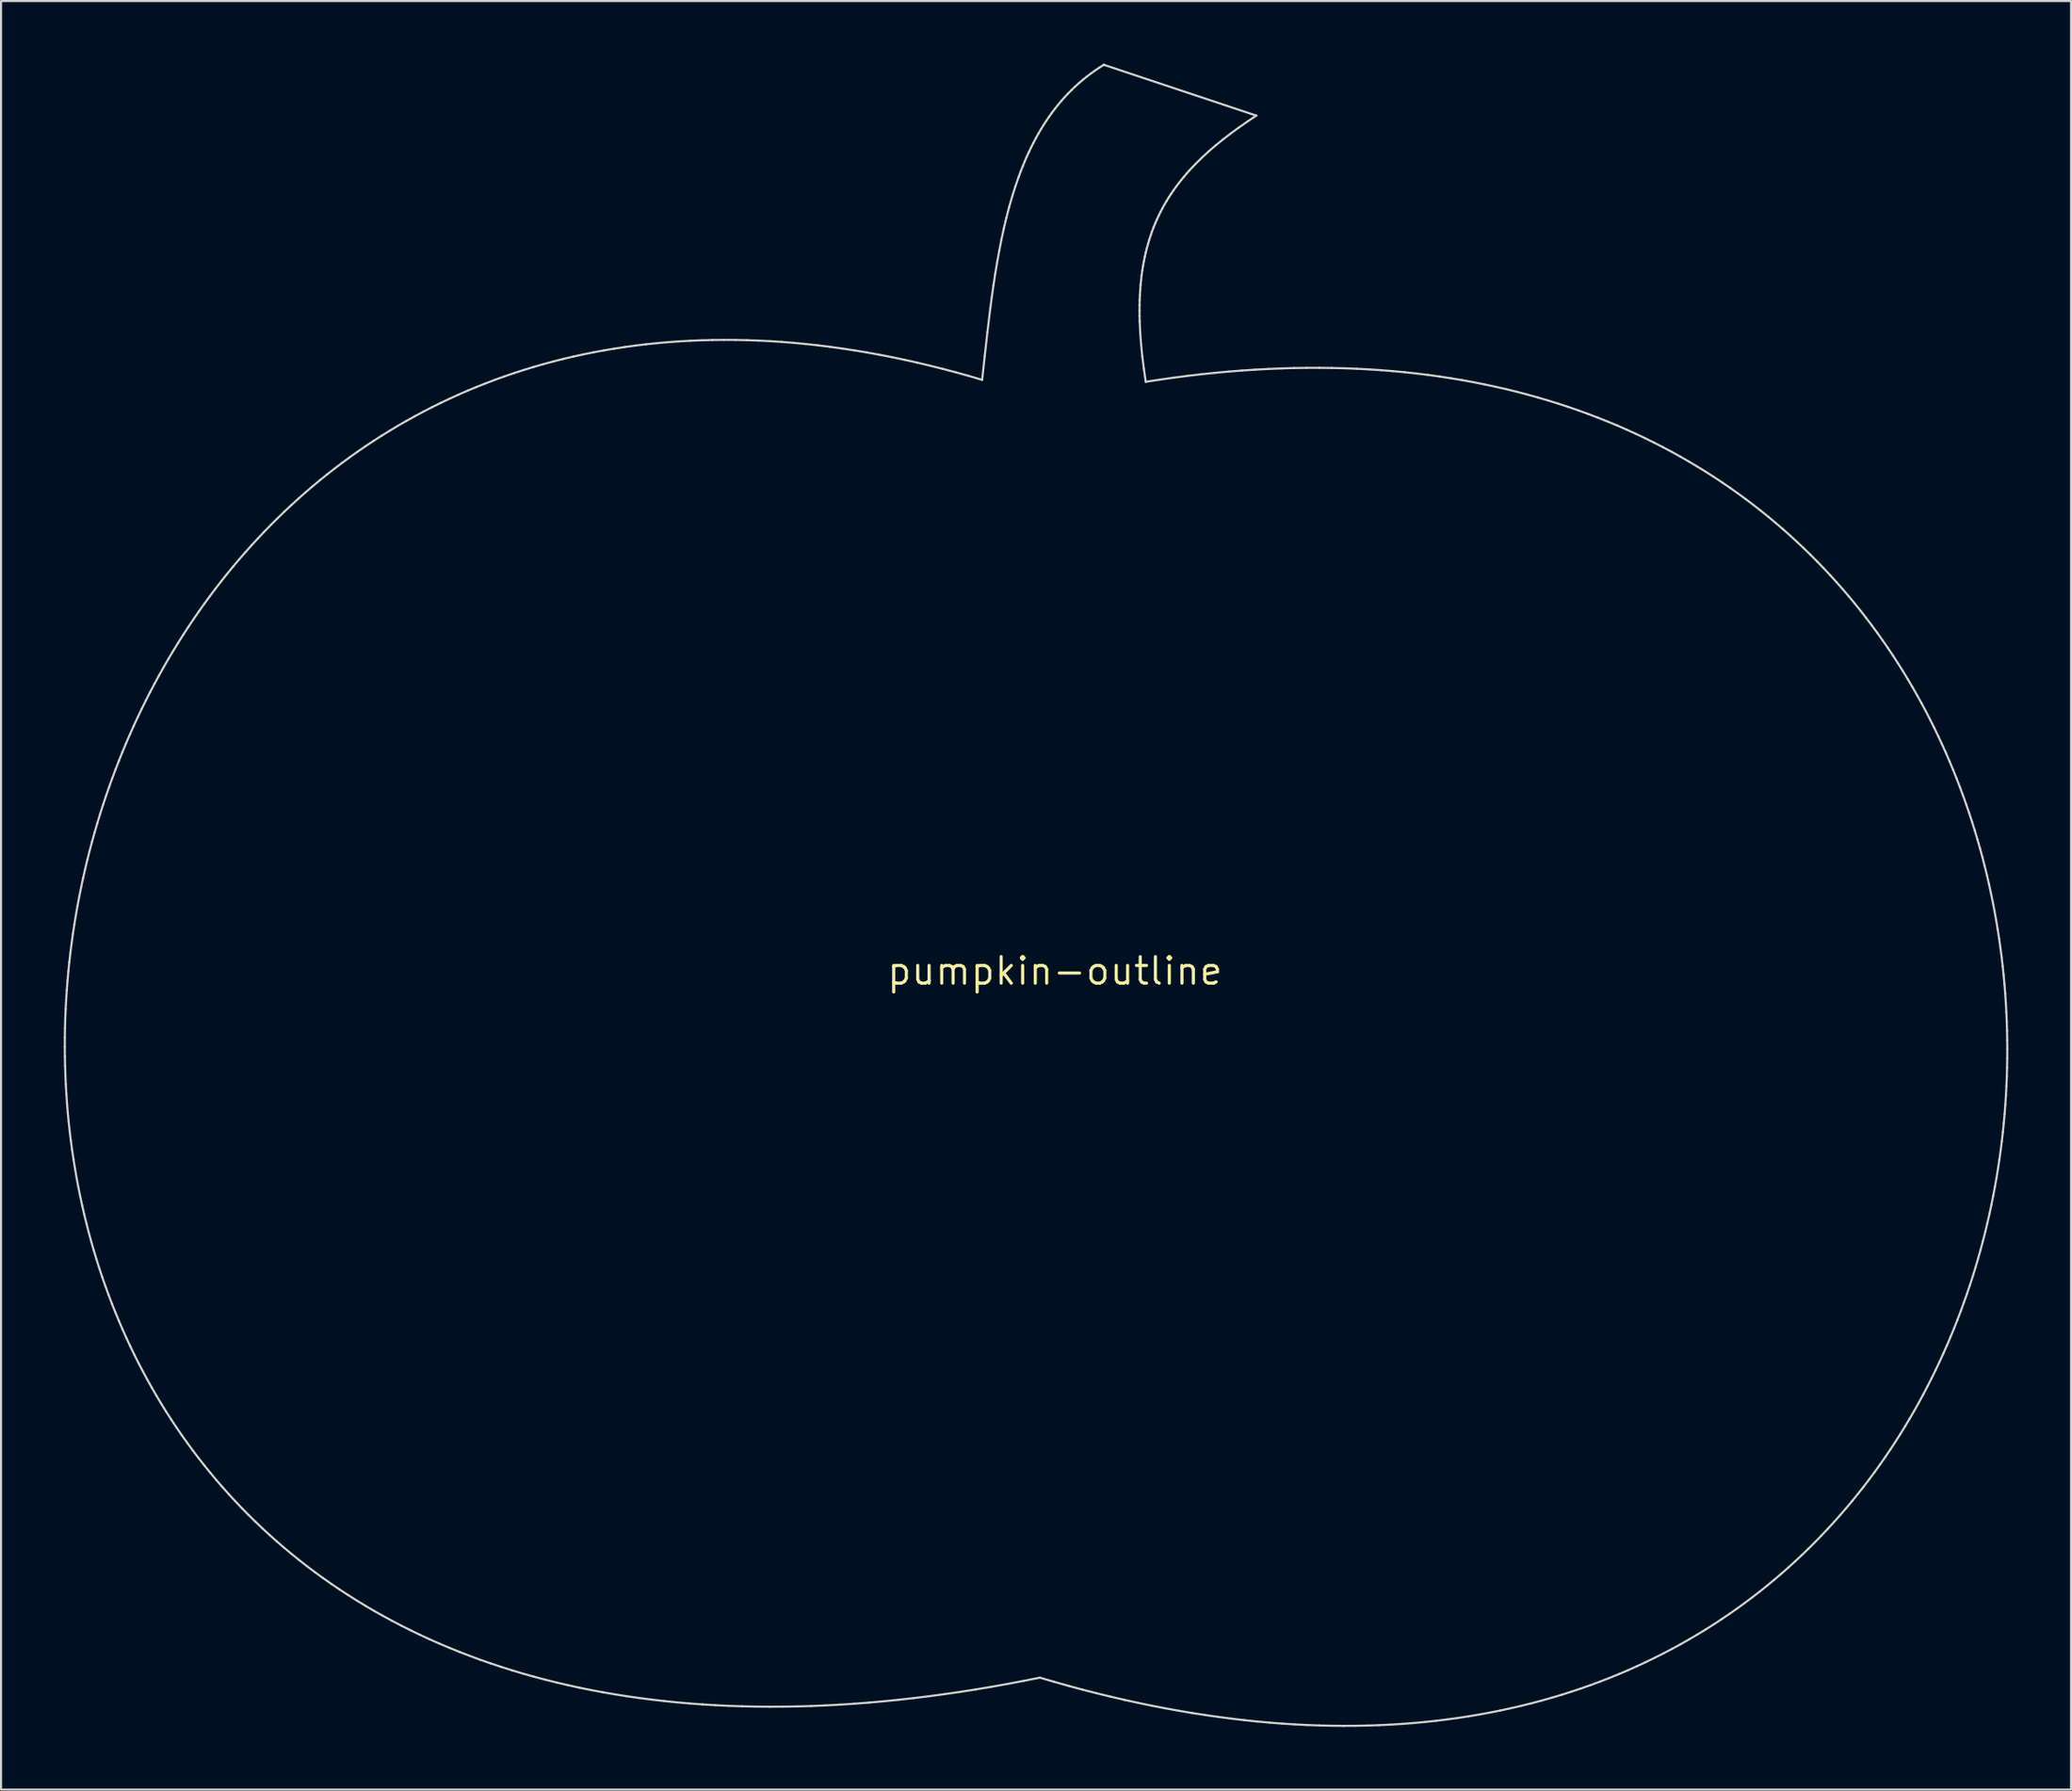
<source format=kicad_pcb>
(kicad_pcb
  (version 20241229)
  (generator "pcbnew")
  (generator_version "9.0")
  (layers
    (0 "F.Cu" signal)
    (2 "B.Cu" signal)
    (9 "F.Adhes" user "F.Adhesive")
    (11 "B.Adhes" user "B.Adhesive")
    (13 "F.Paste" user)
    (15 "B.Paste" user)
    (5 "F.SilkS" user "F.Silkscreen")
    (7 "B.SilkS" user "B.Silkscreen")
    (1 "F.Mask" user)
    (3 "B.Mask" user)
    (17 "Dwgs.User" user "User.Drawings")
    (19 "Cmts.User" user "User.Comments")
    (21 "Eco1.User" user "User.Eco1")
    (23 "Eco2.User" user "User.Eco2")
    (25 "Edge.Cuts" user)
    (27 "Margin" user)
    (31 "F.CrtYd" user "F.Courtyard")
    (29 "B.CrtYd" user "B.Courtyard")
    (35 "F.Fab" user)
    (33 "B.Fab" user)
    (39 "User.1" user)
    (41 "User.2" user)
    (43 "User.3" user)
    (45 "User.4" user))
  (footprint "pumpkin-outline"
    (layer "F.Cu")
    (at 47.409 43.412)
    (property "Reference" "pumpkin-outline" (at 0 0 0) (layer "F.SilkS") (effects (font (size 1.27 1.27) (thickness 0.15))))
    (attr through_hole)
    (fp_line (start -47.359 3.63) (end -47.355 4.081) (stroke (width 0.1) (type solid)) (layer "Edge.Cuts"))
    (fp_line (start -47.357 3.179) (end -47.359 3.63) (stroke (width 0.1) (type solid)) (layer "Edge.Cuts"))
    (fp_line (start -47.355 4.081) (end -47.346 4.532) (stroke (width 0.1) (type solid)) (layer "Edge.Cuts"))
    (fp_line (start -47.35 2.728) (end -47.357 3.179) (stroke (width 0.1) (type solid)) (layer "Edge.Cuts"))
    (fp_line (start -47.346 4.532) (end -47.331 4.982) (stroke (width 0.1) (type solid)) (layer "Edge.Cuts"))
    (fp_line (start -47.337 2.276) (end -47.35 2.728) (stroke (width 0.1) (type solid)) (layer "Edge.Cuts"))
    (fp_line (start -47.331 4.982) (end -47.311 5.432) (stroke (width 0.1) (type solid)) (layer "Edge.Cuts"))
    (fp_line (start -47.318 1.825) (end -47.337 2.276) (stroke (width 0.1) (type solid)) (layer "Edge.Cuts"))
    (fp_line (start -47.311 5.432) (end -47.285 5.881) (stroke (width 0.1) (type solid)) (layer "Edge.Cuts"))
    (fp_line (start -47.294 1.374) (end -47.318 1.825) (stroke (width 0.1) (type solid)) (layer "Edge.Cuts"))
    (fp_line (start -47.285 5.881) (end -47.253 6.33) (stroke (width 0.1) (type solid)) (layer "Edge.Cuts"))
    (fp_line (start -47.264 0.923) (end -47.294 1.374) (stroke (width 0.1) (type solid)) (layer "Edge.Cuts"))
    (fp_line (start -47.253 6.33) (end -47.216 6.778) (stroke (width 0.1) (type solid)) (layer "Edge.Cuts"))
    (fp_line (start -47.229 0.472) (end -47.264 0.923) (stroke (width 0.1) (type solid)) (layer "Edge.Cuts"))
    (fp_line (start -47.216 6.778) (end -47.173 7.226) (stroke (width 0.1) (type solid)) (layer "Edge.Cuts"))
    (fp_line (start -47.189 0.022) (end -47.229 0.472) (stroke (width 0.1) (type solid)) (layer "Edge.Cuts"))
    (fp_line (start -47.173 7.226) (end -47.124 7.672) (stroke (width 0.1) (type solid)) (layer "Edge.Cuts"))
    (fp_line (start -47.143 -0.428) (end -47.189 0.022) (stroke (width 0.1) (type solid)) (layer "Edge.Cuts"))
    (fp_line (start -47.124 7.672) (end -47.07 8.118) (stroke (width 0.1) (type solid)) (layer "Edge.Cuts"))
    (fp_line (start -47.091 -0.877) (end -47.143 -0.428) (stroke (width 0.1) (type solid)) (layer "Edge.Cuts"))
    (fp_line (start -47.07 8.118) (end -47.01 8.563) (stroke (width 0.1) (type solid)) (layer "Edge.Cuts"))
    (fp_line (start -47.034 -1.326) (end -47.091 -0.877) (stroke (width 0.1) (type solid)) (layer "Edge.Cuts"))
    (fp_line (start -47.01 8.563) (end -46.944 9.007) (stroke (width 0.1) (type solid)) (layer "Edge.Cuts"))
    (fp_line (start -46.972 -1.774) (end -47.034 -1.326) (stroke (width 0.1) (type solid)) (layer "Edge.Cuts"))
    (fp_line (start -46.944 9.007) (end -46.873 9.45) (stroke (width 0.1) (type solid)) (layer "Edge.Cuts"))
    (fp_line (start -46.904 -2.222) (end -46.972 -1.774) (stroke (width 0.1) (type solid)) (layer "Edge.Cuts"))
    (fp_line (start -46.873 9.45) (end -46.796 9.891) (stroke (width 0.1) (type solid)) (layer "Edge.Cuts"))
    (fp_line (start -46.831 -2.669) (end -46.904 -2.222) (stroke (width 0.1) (type solid)) (layer "Edge.Cuts"))
    (fp_line (start -46.796 9.891) (end -46.713 10.331) (stroke (width 0.1) (type solid)) (layer "Edge.Cuts"))
    (fp_line (start -46.752 -3.114) (end -46.831 -2.669) (stroke (width 0.1) (type solid)) (layer "Edge.Cuts"))
    (fp_line (start -46.713 10.331) (end -46.625 10.77) (stroke (width 0.1) (type solid)) (layer "Edge.Cuts"))
    (fp_line (start -46.668 -3.559) (end -46.752 -3.114) (stroke (width 0.1) (type solid)) (layer "Edge.Cuts"))
    (fp_line (start -46.625 10.77) (end -46.53 11.208) (stroke (width 0.1) (type solid)) (layer "Edge.Cuts"))
    (fp_line (start -46.579 -4.003) (end -46.668 -3.559) (stroke (width 0.1) (type solid)) (layer "Edge.Cuts"))
    (fp_line (start -46.53 11.208) (end -46.43 11.644) (stroke (width 0.1) (type solid)) (layer "Edge.Cuts"))
    (fp_line (start -46.484 -4.446) (end -46.579 -4.003) (stroke (width 0.1) (type solid)) (layer "Edge.Cuts"))
    (fp_line (start -46.43 11.644) (end -46.324 12.078) (stroke (width 0.1) (type solid)) (layer "Edge.Cuts"))
    (fp_line (start -46.384 -4.887) (end -46.484 -4.446) (stroke (width 0.1) (type solid)) (layer "Edge.Cuts"))
    (fp_line (start -46.324 12.078) (end -46.213 12.511) (stroke (width 0.1) (type solid)) (layer "Edge.Cuts"))
    (fp_line (start -46.279 -5.327) (end -46.384 -4.887) (stroke (width 0.1) (type solid)) (layer "Edge.Cuts"))
    (fp_line (start -46.213 12.511) (end -46.095 12.942) (stroke (width 0.1) (type solid)) (layer "Edge.Cuts"))
    (fp_line (start -46.168 -5.766) (end -46.279 -5.327) (stroke (width 0.1) (type solid)) (layer "Edge.Cuts"))
    (fp_line (start -46.095 12.942) (end -45.972 13.371) (stroke (width 0.1) (type solid)) (layer "Edge.Cuts"))
    (fp_line (start -46.052 -6.204) (end -46.168 -5.766) (stroke (width 0.1) (type solid)) (layer "Edge.Cuts"))
    (fp_line (start -45.972 13.371) (end -45.843 13.799) (stroke (width 0.1) (type solid)) (layer "Edge.Cuts"))
    (fp_line (start -45.93 -6.64) (end -46.052 -6.204) (stroke (width 0.1) (type solid)) (layer "Edge.Cuts"))
    (fp_line (start -45.843 13.799) (end -45.708 14.224) (stroke (width 0.1) (type solid)) (layer "Edge.Cuts"))
    (fp_line (start -45.804 -7.074) (end -45.93 -6.64) (stroke (width 0.1) (type solid)) (layer "Edge.Cuts"))
    (fp_line (start -45.708 14.224) (end -45.567 14.648) (stroke (width 0.1) (type solid)) (layer "Edge.Cuts"))
    (fp_line (start -45.672 -7.507) (end -45.804 -7.074) (stroke (width 0.1) (type solid)) (layer "Edge.Cuts"))
    (fp_line (start -45.567 14.648) (end -45.421 15.069) (stroke (width 0.1) (type solid)) (layer "Edge.Cuts"))
    (fp_line (start -45.534 -7.938) (end -45.672 -7.507) (stroke (width 0.1) (type solid)) (layer "Edge.Cuts"))
    (fp_line (start -45.421 15.069) (end -45.268 15.488) (stroke (width 0.1) (type solid)) (layer "Edge.Cuts"))
    (fp_line (start -45.392 -8.367) (end -45.534 -7.938) (stroke (width 0.1) (type solid)) (layer "Edge.Cuts"))
    (fp_line (start -45.268 15.488) (end -45.11 15.905) (stroke (width 0.1) (type solid)) (layer "Edge.Cuts"))
    (fp_line (start -45.244 -8.795) (end -45.392 -8.367) (stroke (width 0.1) (type solid)) (layer "Edge.Cuts"))
    (fp_line (start -45.11 15.905) (end -44.945 16.32) (stroke (width 0.1) (type solid)) (layer "Edge.Cuts"))
    (fp_line (start -45.091 -9.22) (end -45.244 -8.795) (stroke (width 0.1) (type solid)) (layer "Edge.Cuts"))
    (fp_line (start -44.945 16.32) (end -44.775 16.732) (stroke (width 0.1) (type solid)) (layer "Edge.Cuts"))
    (fp_line (start -44.933 -9.644) (end -45.091 -9.22) (stroke (width 0.1) (type solid)) (layer "Edge.Cuts"))
    (fp_line (start -44.775 16.732) (end -44.599 17.141) (stroke (width 0.1) (type solid)) (layer "Edge.Cuts"))
    (fp_line (start -44.769 -10.065) (end -44.933 -9.644) (stroke (width 0.1) (type solid)) (layer "Edge.Cuts"))
    (fp_line (start -44.601 -10.484) (end -44.769 -10.065) (stroke (width 0.1) (type solid)) (layer "Edge.Cuts"))
    (fp_line (start -44.599 17.141) (end -44.417 17.548) (stroke (width 0.1) (type solid)) (layer "Edge.Cuts"))
    (fp_line (start -44.427 -10.901) (end -44.601 -10.484) (stroke (width 0.1) (type solid)) (layer "Edge.Cuts"))
    (fp_line (start -44.417 17.548) (end -44.229 17.953) (stroke (width 0.1) (type solid)) (layer "Edge.Cuts"))
    (fp_line (start -44.248 -11.316) (end -44.427 -10.901) (stroke (width 0.1) (type solid)) (layer "Edge.Cuts"))
    (fp_line (start -44.229 17.953) (end -44.035 18.355) (stroke (width 0.1) (type solid)) (layer "Edge.Cuts"))
    (fp_line (start -44.064 -11.728) (end -44.248 -11.316) (stroke (width 0.1) (type solid)) (layer "Edge.Cuts"))
    (fp_line (start -44.035 18.355) (end -43.835 18.754) (stroke (width 0.1) (type solid)) (layer "Edge.Cuts"))
    (fp_line (start -43.874 -12.138) (end -44.064 -11.728) (stroke (width 0.1) (type solid)) (layer "Edge.Cuts"))
    (fp_line (start -43.835 18.754) (end -43.629 19.15) (stroke (width 0.1) (type solid)) (layer "Edge.Cuts"))
    (fp_line (start -43.68 -12.545) (end -43.874 -12.138) (stroke (width 0.1) (type solid)) (layer "Edge.Cuts"))
    (fp_line (start -43.629 19.15) (end -43.417 19.543) (stroke (width 0.1) (type solid)) (layer "Edge.Cuts"))
    (fp_line (start -43.48 -12.949) (end -43.68 -12.545) (stroke (width 0.1) (type solid)) (layer "Edge.Cuts"))
    (fp_line (start -43.417 19.543) (end -43.199 19.933) (stroke (width 0.1) (type solid)) (layer "Edge.Cuts"))
    (fp_line (start -43.275 -13.351) (end -43.48 -12.949) (stroke (width 0.1) (type solid)) (layer "Edge.Cuts"))
    (fp_line (start -43.199 19.933) (end -42.976 20.32) (stroke (width 0.1) (type solid)) (layer "Edge.Cuts"))
    (fp_line (start -43.066 -13.75) (end -43.275 -13.351) (stroke (width 0.1) (type solid)) (layer "Edge.Cuts"))
    (fp_line (start -42.976 20.32) (end -42.746 20.704) (stroke (width 0.1) (type solid)) (layer "Edge.Cuts"))
    (fp_line (start -42.851 -14.146) (end -43.066 -13.75) (stroke (width 0.1) (type solid)) (layer "Edge.Cuts"))
    (fp_line (start -42.746 20.704) (end -42.51 21.085) (stroke (width 0.1) (type solid)) (layer "Edge.Cuts"))
    (fp_line (start -42.631 -14.539) (end -42.851 -14.146) (stroke (width 0.1) (type solid)) (layer "Edge.Cuts"))
    (fp_line (start -42.51 21.085) (end -42.268 21.462) (stroke (width 0.1) (type solid)) (layer "Edge.Cuts"))
    (fp_line (start -42.406 -14.93) (end -42.631 -14.539) (stroke (width 0.1) (type solid)) (layer "Edge.Cuts"))
    (fp_line (start -42.268 21.462) (end -42.02 21.836) (stroke (width 0.1) (type solid)) (layer "Edge.Cuts"))
    (fp_line (start -42.175 -15.317) (end -42.406 -14.93) (stroke (width 0.1) (type solid)) (layer "Edge.Cuts"))
    (fp_line (start -42.02 21.836) (end -41.766 22.206) (stroke (width 0.1) (type solid)) (layer "Edge.Cuts"))
    (fp_line (start -41.94 -15.701) (end -42.175 -15.317) (stroke (width 0.1) (type solid)) (layer "Edge.Cuts"))
    (fp_line (start -41.766 22.206) (end -41.505 22.573) (stroke (width 0.1) (type solid)) (layer "Edge.Cuts"))
    (fp_line (start -41.7 -16.081) (end -41.94 -15.701) (stroke (width 0.1) (type solid)) (layer "Edge.Cuts"))
    (fp_line (start -41.505 22.573) (end -41.239 22.937) (stroke (width 0.1) (type solid)) (layer "Edge.Cuts"))
    (fp_line (start -41.455 -16.459) (end -41.7 -16.081) (stroke (width 0.1) (type solid)) (layer "Edge.Cuts"))
    (fp_line (start -41.239 22.937) (end -40.967 23.296) (stroke (width 0.1) (type solid)) (layer "Edge.Cuts"))
    (fp_line (start -41.204 -16.833) (end -41.455 -16.459) (stroke (width 0.1) (type solid)) (layer "Edge.Cuts"))
    (fp_line (start -40.967 23.296) (end -40.688 23.652) (stroke (width 0.1) (type solid)) (layer "Edge.Cuts"))
    (fp_line (start -40.949 -17.203) (end -41.204 -16.833) (stroke (width 0.1) (type solid)) (layer "Edge.Cuts"))
    (fp_line (start -40.689 -17.57) (end -40.949 -17.203) (stroke (width 0.1) (type solid)) (layer "Edge.Cuts"))
    (fp_line (start -40.688 23.652) (end -40.403 24.004) (stroke (width 0.1) (type solid)) (layer "Edge.Cuts"))
    (fp_line (start -40.423 -17.933) (end -40.689 -17.57) (stroke (width 0.1) (type solid)) (layer "Edge.Cuts"))
    (fp_line (start -40.403 24.004) (end -40.113 24.352) (stroke (width 0.1) (type solid)) (layer "Edge.Cuts"))
    (fp_line (start -40.153 -18.293) (end -40.423 -17.933) (stroke (width 0.1) (type solid)) (layer "Edge.Cuts"))
    (fp_line (start -40.113 24.352) (end -39.816 24.696) (stroke (width 0.1) (type solid)) (layer "Edge.Cuts"))
    (fp_line (start -39.878 -18.649) (end -40.153 -18.293) (stroke (width 0.1) (type solid)) (layer "Edge.Cuts"))
    (fp_line (start -39.816 24.696) (end -39.512 25.036) (stroke (width 0.1) (type solid)) (layer "Edge.Cuts"))
    (fp_line (start -39.598 -19) (end -39.878 -18.649) (stroke (width 0.1) (type solid)) (layer "Edge.Cuts"))
    (fp_line (start -39.512 25.036) (end -39.203 25.371) (stroke (width 0.1) (type solid)) (layer "Edge.Cuts"))
    (fp_line (start -39.313 -19.348) (end -39.598 -19) (stroke (width 0.1) (type solid)) (layer "Edge.Cuts"))
    (fp_line (start -39.203 25.371) (end -38.888 25.703) (stroke (width 0.1) (type solid)) (layer "Edge.Cuts"))
    (fp_line (start -39.023 -19.692) (end -39.313 -19.348) (stroke (width 0.1) (type solid)) (layer "Edge.Cuts"))
    (fp_line (start -38.888 25.703) (end -38.566 26.03) (stroke (width 0.1) (type solid)) (layer "Edge.Cuts"))
    (fp_line (start -38.728 -20.032) (end -39.023 -19.692) (stroke (width 0.1) (type solid)) (layer "Edge.Cuts"))
    (fp_line (start -38.566 26.03) (end -38.238 26.353) (stroke (width 0.1) (type solid)) (layer "Edge.Cuts"))
    (fp_line (start -38.428 -20.368) (end -38.728 -20.032) (stroke (width 0.1) (type solid)) (layer "Edge.Cuts"))
    (fp_line (start -38.238 26.353) (end -37.904 26.671) (stroke (width 0.1) (type solid)) (layer "Edge.Cuts"))
    (fp_line (start -38.123 -20.7) (end -38.428 -20.368) (stroke (width 0.1) (type solid)) (layer "Edge.Cuts"))
    (fp_line (start -37.904 26.671) (end -37.563 26.985) (stroke (width 0.1) (type solid)) (layer "Edge.Cuts"))
    (fp_line (start -37.814 -21.027) (end -38.123 -20.7) (stroke (width 0.1) (type solid)) (layer "Edge.Cuts"))
    (fp_line (start -37.563 26.985) (end -37.217 27.294) (stroke (width 0.1) (type solid)) (layer "Edge.Cuts"))
    (fp_line (start -37.499 -21.35) (end -37.814 -21.027) (stroke (width 0.1) (type solid)) (layer "Edge.Cuts"))
    (fp_line (start -37.217 27.294) (end -36.864 27.598) (stroke (width 0.1) (type solid)) (layer "Edge.Cuts"))
    (fp_line (start -37.18 -21.668) (end -37.499 -21.35) (stroke (width 0.1) (type solid)) (layer "Edge.Cuts"))
    (fp_line (start -36.864 27.598) (end -36.505 27.898) (stroke (width 0.1) (type solid)) (layer "Edge.Cuts"))
    (fp_line (start -36.856 -21.982) (end -37.18 -21.668) (stroke (width 0.1) (type solid)) (layer "Edge.Cuts"))
    (fp_line (start -36.527 -22.291) (end -36.856 -21.982) (stroke (width 0.1) (type solid)) (layer "Edge.Cuts"))
    (fp_line (start -36.505 27.898) (end -36.139 28.193) (stroke (width 0.1) (type solid)) (layer "Edge.Cuts"))
    (fp_line (start -36.193 -22.595) (end -36.527 -22.291) (stroke (width 0.1) (type solid)) (layer "Edge.Cuts"))
    (fp_line (start -36.139 28.193) (end -35.768 28.483) (stroke (width 0.1) (type solid)) (layer "Edge.Cuts"))
    (fp_line (start -35.855 -22.895) (end -36.193 -22.595) (stroke (width 0.1) (type solid)) (layer "Edge.Cuts"))
    (fp_line (start -35.768 28.483) (end -35.39 28.768) (stroke (width 0.1) (type solid)) (layer "Edge.Cuts"))
    (fp_line (start -35.512 -23.19) (end -35.855 -22.895) (stroke (width 0.1) (type solid)) (layer "Edge.Cuts"))
    (fp_line (start -35.39 28.768) (end -35.005 29.047) (stroke (width 0.1) (type solid)) (layer "Edge.Cuts"))
    (fp_line (start -35.163 -23.48) (end -35.512 -23.19) (stroke (width 0.1) (type solid)) (layer "Edge.Cuts"))
    (fp_line (start -35.005 29.047) (end -34.614 29.322) (stroke (width 0.1) (type solid)) (layer "Edge.Cuts"))
    (fp_line (start -34.811 -23.764) (end -35.163 -23.48) (stroke (width 0.1) (type solid)) (layer "Edge.Cuts"))
    (fp_line (start -34.614 29.322) (end -34.217 29.591) (stroke (width 0.1) (type solid)) (layer "Edge.Cuts"))
    (fp_line (start -34.453 -24.044) (end -34.811 -23.764) (stroke (width 0.1) (type solid)) (layer "Edge.Cuts"))
    (fp_line (start -34.217 29.591) (end -33.814 29.855) (stroke (width 0.1) (type solid)) (layer "Edge.Cuts"))
    (fp_line (start -34.09 -24.319) (end -34.453 -24.044) (stroke (width 0.1) (type solid)) (layer "Edge.Cuts"))
    (fp_line (start -33.814 29.855) (end -33.404 30.114) (stroke (width 0.1) (type solid)) (layer "Edge.Cuts"))
    (fp_line (start -33.723 -24.588) (end -34.09 -24.319) (stroke (width 0.1) (type solid)) (layer "Edge.Cuts"))
    (fp_line (start -33.404 30.114) (end -32.988 30.367) (stroke (width 0.1) (type solid)) (layer "Edge.Cuts"))
    (fp_line (start -33.352 -24.852) (end -33.723 -24.588) (stroke (width 0.1) (type solid)) (layer "Edge.Cuts"))
    (fp_line (start -32.988 30.367) (end -32.566 30.615) (stroke (width 0.1) (type solid)) (layer "Edge.Cuts"))
    (fp_line (start -32.975 -25.111) (end -33.352 -24.852) (stroke (width 0.1) (type solid)) (layer "Edge.Cuts"))
    (fp_line (start -32.594 -25.364) (end -32.975 -25.111) (stroke (width 0.1) (type solid)) (layer "Edge.Cuts"))
    (fp_line (start -32.566 30.615) (end -32.137 30.857) (stroke (width 0.1) (type solid)) (layer "Edge.Cuts"))
    (fp_line (start -32.208 -25.612) (end -32.594 -25.364) (stroke (width 0.1) (type solid)) (layer "Edge.Cuts"))
    (fp_line (start -32.137 30.857) (end -31.701 31.093) (stroke (width 0.1) (type solid)) (layer "Edge.Cuts"))
    (fp_line (start -31.817 -25.854) (end -32.208 -25.612) (stroke (width 0.1) (type solid)) (layer "Edge.Cuts"))
    (fp_line (start -31.701 31.093) (end -31.26 31.324) (stroke (width 0.1) (type solid)) (layer "Edge.Cuts"))
    (fp_line (start -31.422 -26.091) (end -31.817 -25.854) (stroke (width 0.1) (type solid)) (layer "Edge.Cuts"))
    (fp_line (start -31.26 31.324) (end -30.811 31.549) (stroke (width 0.1) (type solid)) (layer "Edge.Cuts"))
    (fp_line (start -31.022 -26.321) (end -31.422 -26.091) (stroke (width 0.1) (type solid)) (layer "Edge.Cuts"))
    (fp_line (start -30.811 31.549) (end -30.357 31.768) (stroke (width 0.1) (type solid)) (layer "Edge.Cuts"))
    (fp_line (start -30.617 -26.546) (end -31.022 -26.321) (stroke (width 0.1) (type solid)) (layer "Edge.Cuts"))
    (fp_line (start -30.357 31.768) (end -29.896 31.981) (stroke (width 0.1) (type solid)) (layer "Edge.Cuts"))
    (fp_line (start -30.208 -26.765) (end -30.617 -26.546) (stroke (width 0.1) (type solid)) (layer "Edge.Cuts"))
    (fp_line (start -29.896 31.981) (end -29.428 32.187) (stroke (width 0.1) (type solid)) (layer "Edge.Cuts"))
    (fp_line (start -29.794 -26.978) (end -30.208 -26.765) (stroke (width 0.1) (type solid)) (layer "Edge.Cuts"))
    (fp_line (start -29.428 32.187) (end -28.954 32.388) (stroke (width 0.1) (type solid)) (layer "Edge.Cuts"))
    (fp_line (start -29.376 -27.185) (end -29.794 -26.978) (stroke (width 0.1) (type solid)) (layer "Edge.Cuts"))
    (fp_line (start -28.954 32.388) (end -28.473 32.582) (stroke (width 0.1) (type solid)) (layer "Edge.Cuts"))
    (fp_line (start -28.953 -27.385) (end -29.376 -27.185) (stroke (width 0.1) (type solid)) (layer "Edge.Cuts"))
    (fp_line (start -28.526 -27.58) (end -28.953 -27.385) (stroke (width 0.1) (type solid)) (layer "Edge.Cuts"))
    (fp_line (start -28.473 32.582) (end -27.986 32.77) (stroke (width 0.1) (type solid)) (layer "Edge.Cuts"))
    (fp_line (start -28.093 -27.768) (end -28.526 -27.58) (stroke (width 0.1) (type solid)) (layer "Edge.Cuts"))
    (fp_line (start -27.986 32.77) (end -27.493 32.952) (stroke (width 0.1) (type solid)) (layer "Edge.Cuts"))
    (fp_line (start -27.657 -27.95) (end -28.093 -27.768) (stroke (width 0.1) (type solid)) (layer "Edge.Cuts"))
    (fp_line (start -27.493 32.952) (end -26.993 33.127) (stroke (width 0.1) (type solid)) (layer "Edge.Cuts"))
    (fp_line (start -27.215 -28.125) (end -27.657 -27.95) (stroke (width 0.1) (type solid)) (layer "Edge.Cuts"))
    (fp_line (start -26.993 33.127) (end -26.486 33.296) (stroke (width 0.1) (type solid)) (layer "Edge.Cuts"))
    (fp_line (start -26.77 -28.294) (end -27.215 -28.125) (stroke (width 0.1) (type solid)) (layer "Edge.Cuts"))
    (fp_line (start -26.486 33.296) (end -25.973 33.458) (stroke (width 0.1) (type solid)) (layer "Edge.Cuts"))
    (fp_line (start -26.319 -28.456) (end -26.77 -28.294) (stroke (width 0.1) (type solid)) (layer "Edge.Cuts"))
    (fp_line (start -25.973 33.458) (end -25.453 33.614) (stroke (width 0.1) (type solid)) (layer "Edge.Cuts"))
    (fp_line (start -25.865 -28.611) (end -26.319 -28.456) (stroke (width 0.1) (type solid)) (layer "Edge.Cuts"))
    (fp_line (start -25.453 33.614) (end -24.927 33.762) (stroke (width 0.1) (type solid)) (layer "Edge.Cuts"))
    (fp_line (start -25.405 -28.76) (end -25.865 -28.611) (stroke (width 0.1) (type solid)) (layer "Edge.Cuts"))
    (fp_line (start -24.941 -28.902) (end -25.405 -28.76) (stroke (width 0.1) (type solid)) (layer "Edge.Cuts"))
    (fp_line (start -24.927 33.762) (end -24.394 33.904) (stroke (width 0.1) (type solid)) (layer "Edge.Cuts"))
    (fp_line (start -24.473 -29.037) (end -24.941 -28.902) (stroke (width 0.1) (type solid)) (layer "Edge.Cuts"))
    (fp_line (start -24.394 33.904) (end -23.854 34.039) (stroke (width 0.1) (type solid)) (layer "Edge.Cuts"))
    (fp_line (start -24.001 -29.165) (end -24.473 -29.037) (stroke (width 0.1) (type solid)) (layer "Edge.Cuts"))
    (fp_line (start -23.854 34.039) (end -23.308 34.167) (stroke (width 0.1) (type solid)) (layer "Edge.Cuts"))
    (fp_line (start -23.523 -29.286) (end -24.001 -29.165) (stroke (width 0.1) (type solid)) (layer "Edge.Cuts"))
    (fp_line (start -23.308 34.167) (end -22.755 34.288) (stroke (width 0.1) (type solid)) (layer "Edge.Cuts"))
    (fp_line (start -23.042 -29.399) (end -23.523 -29.286) (stroke (width 0.1) (type solid)) (layer "Edge.Cuts"))
    (fp_line (start -22.755 34.288) (end -22.196 34.402) (stroke (width 0.1) (type solid)) (layer "Edge.Cuts"))
    (fp_line (start -22.556 -29.506) (end -23.042 -29.399) (stroke (width 0.1) (type solid)) (layer "Edge.Cuts"))
    (fp_line (start -22.196 34.402) (end -21.63 34.508) (stroke (width 0.1) (type solid)) (layer "Edge.Cuts"))
    (fp_line (start -22.065 -29.605) (end -22.556 -29.506) (stroke (width 0.1) (type solid)) (layer "Edge.Cuts"))
    (fp_line (start -21.63 34.508) (end -21.057 34.607) (stroke (width 0.1) (type solid)) (layer "Edge.Cuts"))
    (fp_line (start -21.57 -29.697) (end -22.065 -29.605) (stroke (width 0.1) (type solid)) (layer "Edge.Cuts"))
    (fp_line (start -21.071 -29.781) (end -21.57 -29.697) (stroke (width 0.1) (type solid)) (layer "Edge.Cuts"))
    (fp_line (start -21.057 34.607) (end -20.478 34.699) (stroke (width 0.1) (type solid)) (layer "Edge.Cuts"))
    (fp_line (start -20.568 -29.858) (end -21.071 -29.781) (stroke (width 0.1) (type solid)) (layer "Edge.Cuts"))
    (fp_line (start -20.478 34.699) (end -19.892 34.783) (stroke (width 0.1) (type solid)) (layer "Edge.Cuts"))
    (fp_line (start -20.06 -29.927) (end -20.568 -29.858) (stroke (width 0.1) (type solid)) (layer "Edge.Cuts"))
    (fp_line (start -19.892 34.783) (end -19.299 34.86) (stroke (width 0.1) (type solid)) (layer "Edge.Cuts"))
    (fp_line (start -19.547 -29.989) (end -20.06 -29.927) (stroke (width 0.1) (type solid)) (layer "Edge.Cuts"))
    (fp_line (start -19.299 34.86) (end -18.699 34.929) (stroke (width 0.1) (type solid)) (layer "Edge.Cuts"))
    (fp_line (start -19.03 -30.043) (end -19.547 -29.989) (stroke (width 0.1) (type solid)) (layer "Edge.Cuts"))
    (fp_line (start -18.699 34.929) (end -18.093 34.991) (stroke (width 0.1) (type solid)) (layer "Edge.Cuts"))
    (fp_line (start -18.509 -30.089) (end -19.03 -30.043) (stroke (width 0.1) (type solid)) (layer "Edge.Cuts"))
    (fp_line (start -18.093 34.991) (end -17.48 35.045) (stroke (width 0.1) (type solid)) (layer "Edge.Cuts"))
    (fp_line (start -17.984 -30.127) (end -18.509 -30.089) (stroke (width 0.1) (type solid)) (layer "Edge.Cuts"))
    (fp_line (start -17.48 35.045) (end -16.861 35.091) (stroke (width 0.1) (type solid)) (layer "Edge.Cuts"))
    (fp_line (start -17.454 -30.157) (end -17.984 -30.127) (stroke (width 0.1) (type solid)) (layer "Edge.Cuts"))
    (fp_line (start -16.92 -30.179) (end -17.454 -30.157) (stroke (width 0.1) (type solid)) (layer "Edge.Cuts"))
    (fp_line (start -16.861 35.091) (end -16.234 35.129) (stroke (width 0.1) (type solid)) (layer "Edge.Cuts"))
    (fp_line (start -16.382 -30.193) (end -16.92 -30.179) (stroke (width 0.1) (type solid)) (layer "Edge.Cuts"))
    (fp_line (start -16.234 35.129) (end -15.601 35.159) (stroke (width 0.1) (type solid)) (layer "Edge.Cuts"))
    (fp_line (start -15.84 -30.199) (end -16.382 -30.193) (stroke (width 0.1) (type solid)) (layer "Edge.Cuts"))
    (fp_line (start -15.601 35.159) (end -14.961 35.181) (stroke (width 0.1) (type solid)) (layer "Edge.Cuts"))
    (fp_line (start -15.293 -30.196) (end -15.84 -30.199) (stroke (width 0.1) (type solid)) (layer "Edge.Cuts"))
    (fp_line (start -14.961 35.181) (end -14.314 35.195) (stroke (width 0.1) (type solid)) (layer "Edge.Cuts"))
    (fp_line (start -14.742 -30.185) (end -15.293 -30.196) (stroke (width 0.1) (type solid)) (layer "Edge.Cuts"))
    (fp_line (start -14.314 35.195) (end -13.661 35.201) (stroke (width 0.1) (type solid)) (layer "Edge.Cuts"))
    (fp_line (start -14.187 -30.166) (end -14.742 -30.185) (stroke (width 0.1) (type solid)) (layer "Edge.Cuts"))
    (fp_line (start -13.661 35.201) (end -13 35.198) (stroke (width 0.1) (type solid)) (layer "Edge.Cuts"))
    (fp_line (start -13.627 -30.138) (end -14.187 -30.166) (stroke (width 0.1) (type solid)) (layer "Edge.Cuts"))
    (fp_line (start -13.063 -30.102) (end -13.627 -30.138) (stroke (width 0.1) (type solid)) (layer "Edge.Cuts"))
    (fp_line (start -13 35.198) (end -12.333 35.187) (stroke (width 0.1) (type solid)) (layer "Edge.Cuts"))
    (fp_line (start -12.496 -30.056) (end -13.063 -30.102) (stroke (width 0.1) (type solid)) (layer "Edge.Cuts"))
    (fp_line (start -12.333 35.187) (end -11.659 35.168) (stroke (width 0.1) (type solid)) (layer "Edge.Cuts"))
    (fp_line (start -11.923 -30.002) (end -12.496 -30.056) (stroke (width 0.1) (type solid)) (layer "Edge.Cuts"))
    (fp_line (start -11.659 35.168) (end -10.978 35.14) (stroke (width 0.1) (type solid)) (layer "Edge.Cuts"))
    (fp_line (start -11.347 -29.94) (end -11.923 -30.002) (stroke (width 0.1) (type solid)) (layer "Edge.Cuts"))
    (fp_line (start -10.978 35.14) (end -10.29 35.103) (stroke (width 0.1) (type solid)) (layer "Edge.Cuts"))
    (fp_line (start -10.767 -29.868) (end -11.347 -29.94) (stroke (width 0.1) (type solid)) (layer "Edge.Cuts"))
    (fp_line (start -10.29 35.103) (end -9.596 35.058) (stroke (width 0.1) (type solid)) (layer "Edge.Cuts"))
    (fp_line (start -10.182 -29.787) (end -10.767 -29.868) (stroke (width 0.1) (type solid)) (layer "Edge.Cuts"))
    (fp_line (start -9.596 35.058) (end -8.894 35.004) (stroke (width 0.1) (type solid)) (layer "Edge.Cuts"))
    (fp_line (start -9.593 -29.698) (end -10.182 -29.787) (stroke (width 0.1) (type solid)) (layer "Edge.Cuts"))
    (fp_line (start -9 -29.599) (end -9.593 -29.698) (stroke (width 0.1) (type solid)) (layer "Edge.Cuts"))
    (fp_line (start -8.894 35.004) (end -8.186 34.941) (stroke (width 0.1) (type solid)) (layer "Edge.Cuts"))
    (fp_line (start -8.403 -29.491) (end -9 -29.599) (stroke (width 0.1) (type solid)) (layer "Edge.Cuts"))
    (fp_line (start -8.186 34.941) (end -7.471 34.869) (stroke (width 0.1) (type solid)) (layer "Edge.Cuts"))
    (fp_line (start -7.802 -29.374) (end -8.403 -29.491) (stroke (width 0.1) (type solid)) (layer "Edge.Cuts"))
    (fp_line (start -7.471 34.869) (end -6.748 34.789) (stroke (width 0.1) (type solid)) (layer "Edge.Cuts"))
    (fp_line (start -7.197 -29.247) (end -7.802 -29.374) (stroke (width 0.1) (type solid)) (layer "Edge.Cuts"))
    (fp_line (start -6.748 34.789) (end -6.019 34.699) (stroke (width 0.1) (type solid)) (layer "Edge.Cuts"))
    (fp_line (start -6.588 -29.111) (end -7.197 -29.247) (stroke (width 0.1) (type solid)) (layer "Edge.Cuts"))
    (fp_line (start -6.019 34.699) (end -5.283 34.6) (stroke (width 0.1) (type solid)) (layer "Edge.Cuts"))
    (fp_line (start -5.974 -28.965) (end -6.588 -29.111) (stroke (width 0.1) (type solid)) (layer "Edge.Cuts"))
    (fp_line (start -5.357 -28.81) (end -5.974 -28.965) (stroke (width 0.1) (type solid)) (layer "Edge.Cuts"))
    (fp_line (start -5.283 34.6) (end -4.54 34.492) (stroke (width 0.1) (type solid)) (layer "Edge.Cuts"))
    (fp_line (start -4.735 -28.645) (end -5.357 -28.81) (stroke (width 0.1) (type solid)) (layer "Edge.Cuts"))
    (fp_line (start -4.54 34.492) (end -3.79 34.375) (stroke (width 0.1) (type solid)) (layer "Edge.Cuts"))
    (fp_line (start -4.11 -28.471) (end -4.735 -28.645) (stroke (width 0.1) (type solid)) (layer "Edge.Cuts"))
    (fp_line (start -3.79 34.375) (end -3.033 34.248) (stroke (width 0.1) (type solid)) (layer "Edge.Cuts"))
    (fp_line (start -3.48 -28.286) (end -4.11 -28.471) (stroke (width 0.1) (type solid)) (layer "Edge.Cuts"))
    (fp_line (start -3.356 -29.428) (end -3.48 -28.286) (stroke (width 0.1) (type solid)) (layer "Edge.Cuts"))
    (fp_line (start -3.228 -30.567) (end -3.356 -29.428) (stroke (width 0.1) (type solid)) (layer "Edge.Cuts"))
    (fp_line (start -3.091 -31.698) (end -3.228 -30.567) (stroke (width 0.1) (type solid)) (layer "Edge.Cuts"))
    (fp_line (start -3.033 34.248) (end -2.269 34.112) (stroke (width 0.1) (type solid)) (layer "Edge.Cuts"))
    (fp_line (start -3.016 -32.259) (end -3.091 -31.698) (stroke (width 0.1) (type solid)) (layer "Edge.Cuts"))
    (fp_line (start -2.937 -32.816) (end -3.016 -32.259) (stroke (width 0.1) (type solid)) (layer "Edge.Cuts"))
    (fp_line (start -2.853 -33.368) (end -2.937 -32.816) (stroke (width 0.1) (type solid)) (layer "Edge.Cuts"))
    (fp_line (start -2.762 -33.915) (end -2.853 -33.368) (stroke (width 0.1) (type solid)) (layer "Edge.Cuts"))
    (fp_line (start -2.664 -34.456) (end -2.762 -33.915) (stroke (width 0.1) (type solid)) (layer "Edge.Cuts"))
    (fp_line (start -2.559 -34.991) (end -2.664 -34.456) (stroke (width 0.1) (type solid)) (layer "Edge.Cuts"))
    (fp_line (start -2.445 -35.519) (end -2.559 -34.991) (stroke (width 0.1) (type solid)) (layer "Edge.Cuts"))
    (fp_line (start -2.322 -36.039) (end -2.445 -35.519) (stroke (width 0.1) (type solid)) (layer "Edge.Cuts"))
    (fp_line (start -2.269 34.112) (end -1.498 33.966) (stroke (width 0.1) (type solid)) (layer "Edge.Cuts"))
    (fp_line (start -2.189 -36.551) (end -2.322 -36.039) (stroke (width 0.1) (type solid)) (layer "Edge.Cuts"))
    (fp_line (start -2.045 -37.054) (end -2.189 -36.551) (stroke (width 0.1) (type solid)) (layer "Edge.Cuts"))
    (fp_line (start -1.889 -37.547) (end -2.045 -37.054) (stroke (width 0.1) (type solid)) (layer "Edge.Cuts"))
    (fp_line (start -1.721 -38.03) (end -1.889 -37.547) (stroke (width 0.1) (type solid)) (layer "Edge.Cuts"))
    (fp_line (start -1.633 -38.267) (end -1.721 -38.03) (stroke (width 0.1) (type solid)) (layer "Edge.Cuts"))
    (fp_line (start -1.54 -38.502) (end -1.633 -38.267) (stroke (width 0.1) (type solid)) (layer "Edge.Cuts"))
    (fp_line (start -1.498 33.966) (end -0.72 33.811) (stroke (width 0.1) (type solid)) (layer "Edge.Cuts"))
    (fp_line (start -1.445 -38.733) (end -1.54 -38.502) (stroke (width 0.1) (type solid)) (layer "Edge.Cuts"))
    (fp_line (start -1.346 -38.962) (end -1.445 -38.733) (stroke (width 0.1) (type solid)) (layer "Edge.Cuts"))
    (fp_line (start -1.243 -39.188) (end -1.346 -38.962) (stroke (width 0.1) (type solid)) (layer "Edge.Cuts"))
    (fp_line (start -1.137 -39.411) (end -1.243 -39.188) (stroke (width 0.1) (type solid)) (layer "Edge.Cuts"))
    (fp_line (start -1.026 -39.63) (end -1.137 -39.411) (stroke (width 0.1) (type solid)) (layer "Edge.Cuts"))
    (fp_line (start -0.912 -39.846) (end -1.026 -39.63) (stroke (width 0.1) (type solid)) (layer "Edge.Cuts"))
    (fp_line (start -0.794 -40.059) (end -0.912 -39.846) (stroke (width 0.1) (type solid)) (layer "Edge.Cuts"))
    (fp_line (start -0.72 33.811) (end -0.033 34.012) (stroke (width 0.1) (type solid)) (layer "Edge.Cuts"))
    (fp_line (start -0.672 -40.268) (end -0.794 -40.059) (stroke (width 0.1) (type solid)) (layer "Edge.Cuts"))
    (fp_line (start -0.545 -40.474) (end -0.672 -40.268) (stroke (width 0.1) (type solid)) (layer "Edge.Cuts"))
    (fp_line (start -0.414 -40.677) (end -0.545 -40.474) (stroke (width 0.1) (type solid)) (layer "Edge.Cuts"))
    (fp_line (start -0.279 -40.875) (end -0.414 -40.677) (stroke (width 0.1) (type solid)) (layer "Edge.Cuts"))
    (fp_line (start -0.139 -41.07) (end -0.279 -40.875) (stroke (width 0.1) (type solid)) (layer "Edge.Cuts"))
    (fp_line (start -0.033 34.012) (end 0.648 34.203) (stroke (width 0.1) (type solid)) (layer "Edge.Cuts"))
    (fp_line (start 0.005 -41.261) (end -0.139 -41.07) (stroke (width 0.1) (type solid)) (layer "Edge.Cuts"))
    (fp_line (start 0.154 -41.448) (end 0.005 -41.261) (stroke (width 0.1) (type solid)) (layer "Edge.Cuts"))
    (fp_line (start 0.308 -41.632) (end 0.154 -41.448) (stroke (width 0.1) (type solid)) (layer "Edge.Cuts"))
    (fp_line (start 0.467 -41.811) (end 0.308 -41.632) (stroke (width 0.1) (type solid)) (layer "Edge.Cuts"))
    (fp_line (start 0.63 -41.986) (end 0.467 -41.811) (stroke (width 0.1) (type solid)) (layer "Edge.Cuts"))
    (fp_line (start 0.648 34.203) (end 1.325 34.385) (stroke (width 0.1) (type solid)) (layer "Edge.Cuts"))
    (fp_line (start 0.799 -42.157) (end 0.63 -41.986) (stroke (width 0.1) (type solid)) (layer "Edge.Cuts"))
    (fp_line (start 0.973 -42.323) (end 0.799 -42.157) (stroke (width 0.1) (type solid)) (layer "Edge.Cuts"))
    (fp_line (start 1.152 -42.485) (end 0.973 -42.323) (stroke (width 0.1) (type solid)) (layer "Edge.Cuts"))
    (fp_line (start 1.325 34.385) (end 1.997 34.557) (stroke (width 0.1) (type solid)) (layer "Edge.Cuts"))
    (fp_line (start 1.336 -42.643) (end 1.152 -42.485) (stroke (width 0.1) (type solid)) (layer "Edge.Cuts"))
    (fp_line (start 1.526 -42.796) (end 1.336 -42.643) (stroke (width 0.1) (type solid)) (layer "Edge.Cuts"))
    (fp_line (start 1.722 -42.945) (end 1.526 -42.796) (stroke (width 0.1) (type solid)) (layer "Edge.Cuts"))
    (fp_line (start 1.923 -43.088) (end 1.722 -42.945) (stroke (width 0.1) (type solid)) (layer "Edge.Cuts"))
    (fp_line (start 1.997 34.557) (end 2.664 34.72) (stroke (width 0.1) (type solid)) (layer "Edge.Cuts"))
    (fp_line (start 2.129 -43.227) (end 1.923 -43.088) (stroke (width 0.1) (type solid)) (layer "Edge.Cuts"))
    (fp_line (start 2.342 -43.362) (end 2.129 -43.227) (stroke (width 0.1) (type solid)) (layer "Edge.Cuts"))
    (fp_line (start 2.342 -43.362) (end 2.342 -43.362) (stroke (width 0.1) (type solid)) (layer "Edge.Cuts"))
    (fp_line (start 2.343 -43.36) (end 2.342 -43.362) (stroke (width 0.1) (type solid)) (layer "Edge.Cuts"))
    (fp_line (start 2.664 34.72) (end 3.325 34.873) (stroke (width 0.1) (type solid)) (layer "Edge.Cuts"))
    (fp_line (start 3.325 34.873) (end 3.982 35.017) (stroke (width 0.1) (type solid)) (layer "Edge.Cuts"))
    (fp_line (start 3.982 35.017) (end 4.634 35.152) (stroke (width 0.1) (type solid)) (layer "Edge.Cuts"))
    (fp_line (start 4.048 -31.603) (end 4.05 -31.857) (stroke (width 0.1) (type solid)) (layer "Edge.Cuts"))
    (fp_line (start 4.05 -31.345) (end 4.048 -31.603) (stroke (width 0.1) (type solid)) (layer "Edge.Cuts"))
    (fp_line (start 4.05 -31.857) (end 4.056 -32.106) (stroke (width 0.1) (type solid)) (layer "Edge.Cuts"))
    (fp_line (start 4.056 -31.083) (end 4.05 -31.345) (stroke (width 0.1) (type solid)) (layer "Edge.Cuts"))
    (fp_line (start 4.056 -32.106) (end 4.067 -32.351) (stroke (width 0.1) (type solid)) (layer "Edge.Cuts"))
    (fp_line (start 4.067 -32.351) (end 4.081 -32.592) (stroke (width 0.1) (type solid)) (layer "Edge.Cuts"))
    (fp_line (start 4.081 -30.544) (end 4.056 -31.083) (stroke (width 0.1) (type solid)) (layer "Edge.Cuts"))
    (fp_line (start 4.081 -32.592) (end 4.1 -32.829) (stroke (width 0.1) (type solid)) (layer "Edge.Cuts"))
    (fp_line (start 4.1 -32.829) (end 4.123 -33.062) (stroke (width 0.1) (type solid)) (layer "Edge.Cuts"))
    (fp_line (start 4.123 -29.986) (end 4.081 -30.544) (stroke (width 0.1) (type solid)) (layer "Edge.Cuts"))
    (fp_line (start 4.123 -33.062) (end 4.15 -33.291) (stroke (width 0.1) (type solid)) (layer "Edge.Cuts"))
    (fp_line (start 4.15 -33.291) (end 4.181 -33.517) (stroke (width 0.1) (type solid)) (layer "Edge.Cuts"))
    (fp_line (start 4.181 -29.409) (end 4.123 -29.986) (stroke (width 0.1) (type solid)) (layer "Edge.Cuts"))
    (fp_line (start 4.181 -33.517) (end 4.216 -33.738) (stroke (width 0.1) (type solid)) (layer "Edge.Cuts"))
    (fp_line (start 4.216 -33.738) (end 4.256 -33.956) (stroke (width 0.1) (type solid)) (layer "Edge.Cuts"))
    (fp_line (start 4.256 -28.812) (end 4.181 -29.409) (stroke (width 0.1) (type solid)) (layer "Edge.Cuts"))
    (fp_line (start 4.256 -33.956) (end 4.299 -34.171) (stroke (width 0.1) (type solid)) (layer "Edge.Cuts"))
    (fp_line (start 4.299 -34.171) (end 4.347 -34.382) (stroke (width 0.1) (type solid)) (layer "Edge.Cuts"))
    (fp_line (start 4.347 -34.382) (end 4.399 -34.589) (stroke (width 0.1) (type solid)) (layer "Edge.Cuts"))
    (fp_line (start 4.347 -28.194) (end 4.256 -28.812) (stroke (width 0.1) (type solid)) (layer "Edge.Cuts"))
    (fp_line (start 4.399 -34.589) (end 4.455 -34.793) (stroke (width 0.1) (type solid)) (layer "Edge.Cuts"))
    (fp_line (start 4.455 -34.793) (end 4.515 -34.995) (stroke (width 0.1) (type solid)) (layer "Edge.Cuts"))
    (fp_line (start 4.515 -34.995) (end 4.579 -35.192) (stroke (width 0.1) (type solid)) (layer "Edge.Cuts"))
    (fp_line (start 4.579 -35.192) (end 4.647 -35.387) (stroke (width 0.1) (type solid)) (layer "Edge.Cuts"))
    (fp_line (start 4.634 35.152) (end 5.28 35.277) (stroke (width 0.1) (type solid)) (layer "Edge.Cuts"))
    (fp_line (start 4.647 -35.387) (end 4.72 -35.579) (stroke (width 0.1) (type solid)) (layer "Edge.Cuts"))
    (fp_line (start 4.72 -35.579) (end 4.796 -35.768) (stroke (width 0.1) (type solid)) (layer "Edge.Cuts"))
    (fp_line (start 4.796 -35.768) (end 4.877 -35.954) (stroke (width 0.1) (type solid)) (layer "Edge.Cuts"))
    (fp_line (start 4.877 -35.954) (end 4.962 -36.138) (stroke (width 0.1) (type solid)) (layer "Edge.Cuts"))
    (fp_line (start 4.962 -36.138) (end 5.051 -36.319) (stroke (width 0.1) (type solid)) (layer "Edge.Cuts"))
    (fp_line (start 5.02 -28.297) (end 4.347 -28.194) (stroke (width 0.1) (type solid)) (layer "Edge.Cuts"))
    (fp_line (start 5.051 -36.319) (end 5.144 -36.497) (stroke (width 0.1) (type solid)) (layer "Edge.Cuts"))
    (fp_line (start 5.144 -36.497) (end 5.242 -36.673) (stroke (width 0.1) (type solid)) (layer "Edge.Cuts"))
    (fp_line (start 5.242 -36.673) (end 5.343 -36.846) (stroke (width 0.1) (type solid)) (layer "Edge.Cuts"))
    (fp_line (start 5.28 35.277) (end 5.922 35.394) (stroke (width 0.1) (type solid)) (layer "Edge.Cuts"))
    (fp_line (start 5.343 -36.846) (end 5.448 -37.018) (stroke (width 0.1) (type solid)) (layer "Edge.Cuts"))
    (fp_line (start 5.448 -37.018) (end 5.558 -37.186) (stroke (width 0.1) (type solid)) (layer "Edge.Cuts"))
    (fp_line (start 5.558 -37.186) (end 5.672 -37.353) (stroke (width 0.1) (type solid)) (layer "Edge.Cuts"))
    (fp_line (start 5.672 -37.353) (end 5.79 -37.518) (stroke (width 0.1) (type solid)) (layer "Edge.Cuts"))
    (fp_line (start 5.687 -28.391) (end 5.02 -28.297) (stroke (width 0.1) (type solid)) (layer "Edge.Cuts"))
    (fp_line (start 5.79 -37.518) (end 5.912 -37.681) (stroke (width 0.1) (type solid)) (layer "Edge.Cuts"))
    (fp_line (start 5.912 -37.681) (end 6.038 -37.842) (stroke (width 0.1) (type solid)) (layer "Edge.Cuts"))
    (fp_line (start 5.922 35.394) (end 6.558 35.502) (stroke (width 0.1) (type solid)) (layer "Edge.Cuts"))
    (fp_line (start 6.038 -37.842) (end 6.168 -38.001) (stroke (width 0.1) (type solid)) (layer "Edge.Cuts"))
    (fp_line (start 6.168 -38.001) (end 6.302 -38.158) (stroke (width 0.1) (type solid)) (layer "Edge.Cuts"))
    (fp_line (start 6.302 -38.158) (end 6.441 -38.314) (stroke (width 0.1) (type solid)) (layer "Edge.Cuts"))
    (fp_line (start 6.348 -28.477) (end 5.687 -28.391) (stroke (width 0.1) (type solid)) (layer "Edge.Cuts"))
    (fp_line (start 6.441 -38.314) (end 6.583 -38.468) (stroke (width 0.1) (type solid)) (layer "Edge.Cuts"))
    (fp_line (start 6.558 35.502) (end 7.189 35.6) (stroke (width 0.1) (type solid)) (layer "Edge.Cuts"))
    (fp_line (start 6.583 -38.468) (end 6.73 -38.62) (stroke (width 0.1) (type solid)) (layer "Edge.Cuts"))
    (fp_line (start 6.73 -38.62) (end 7.035 -38.922) (stroke (width 0.1) (type solid)) (layer "Edge.Cuts"))
    (fp_line (start 7.004 -28.554) (end 6.348 -28.477) (stroke (width 0.1) (type solid)) (layer "Edge.Cuts"))
    (fp_line (start 7.035 -38.922) (end 7.357 -39.218) (stroke (width 0.1) (type solid)) (layer "Edge.Cuts"))
    (fp_line (start 7.189 35.6) (end 7.816 35.69) (stroke (width 0.1) (type solid)) (layer "Edge.Cuts"))
    (fp_line (start 7.357 -39.218) (end 7.696 -39.51) (stroke (width 0.1) (type solid)) (layer "Edge.Cuts"))
    (fp_line (start 7.654 -28.622) (end 7.004 -28.554) (stroke (width 0.1) (type solid)) (layer "Edge.Cuts"))
    (fp_line (start 7.696 -39.51) (end 8.051 -39.798) (stroke (width 0.1) (type solid)) (layer "Edge.Cuts"))
    (fp_line (start 7.816 35.69) (end 8.437 35.771) (stroke (width 0.1) (type solid)) (layer "Edge.Cuts"))
    (fp_line (start 8.051 -39.798) (end 8.422 -40.084) (stroke (width 0.1) (type solid)) (layer "Edge.Cuts"))
    (fp_line (start 8.299 -28.681) (end 7.654 -28.622) (stroke (width 0.1) (type solid)) (layer "Edge.Cuts"))
    (fp_line (start 8.422 -40.084) (end 8.81 -40.367) (stroke (width 0.1) (type solid)) (layer "Edge.Cuts"))
    (fp_line (start 8.437 35.771) (end 9.053 35.843) (stroke (width 0.1) (type solid)) (layer "Edge.Cuts"))
    (fp_line (start 8.81 -40.367) (end 9.214 -40.649) (stroke (width 0.1) (type solid)) (layer "Edge.Cuts"))
    (fp_line (start 8.938 -28.732) (end 8.299 -28.681) (stroke (width 0.1) (type solid)) (layer "Edge.Cuts"))
    (fp_line (start 9.053 35.843) (end 9.664 35.907) (stroke (width 0.1) (type solid)) (layer "Edge.Cuts"))
    (fp_line (start 9.214 -40.649) (end 9.634 -40.93) (stroke (width 0.1) (type solid)) (layer "Edge.Cuts"))
    (fp_line (start 9.571 -28.774) (end 8.938 -28.732) (stroke (width 0.1) (type solid)) (layer "Edge.Cuts"))
    (fp_line (start 9.634 -40.93) (end 2.343 -43.36) (stroke (width 0.1) (type solid)) (layer "Edge.Cuts"))
    (fp_line (start 9.664 35.907) (end 10.271 35.962) (stroke (width 0.1) (type solid)) (layer "Edge.Cuts"))
    (fp_line (start 10.199 -28.808) (end 9.571 -28.774) (stroke (width 0.1) (type solid)) (layer "Edge.Cuts"))
    (fp_line (start 10.271 35.962) (end 10.872 36.009) (stroke (width 0.1) (type solid)) (layer "Edge.Cuts"))
    (fp_line (start 10.821 -28.834) (end 10.199 -28.808) (stroke (width 0.1) (type solid)) (layer "Edge.Cuts"))
    (fp_line (start 10.872 36.009) (end 11.467 36.047) (stroke (width 0.1) (type solid)) (layer "Edge.Cuts"))
    (fp_line (start 11.438 -28.852) (end 10.821 -28.834) (stroke (width 0.1) (type solid)) (layer "Edge.Cuts"))
    (fp_line (start 11.467 36.047) (end 12.058 36.077) (stroke (width 0.1) (type solid)) (layer "Edge.Cuts"))
    (fp_line (start 12.049 -28.861) (end 11.438 -28.852) (stroke (width 0.1) (type solid)) (layer "Edge.Cuts"))
    (fp_line (start 12.058 36.077) (end 12.644 36.099) (stroke (width 0.1) (type solid)) (layer "Edge.Cuts"))
    (fp_line (start 12.644 36.099) (end 13.225 36.112) (stroke (width 0.1) (type solid)) (layer "Edge.Cuts"))
    (fp_line (start 12.654 -28.862) (end 12.049 -28.861) (stroke (width 0.1) (type solid)) (layer "Edge.Cuts"))
    (fp_line (start 13.225 36.112) (end 13.8 36.117) (stroke (width 0.1) (type solid)) (layer "Edge.Cuts"))
    (fp_line (start 13.254 -28.855) (end 12.654 -28.862) (stroke (width 0.1) (type solid)) (layer "Edge.Cuts"))
    (fp_line (start 13.8 36.117) (end 14.371 36.114) (stroke (width 0.1) (type solid)) (layer "Edge.Cuts"))
    (fp_line (start 13.848 -28.841) (end 13.254 -28.855) (stroke (width 0.1) (type solid)) (layer "Edge.Cuts"))
    (fp_line (start 14.371 36.114) (end 14.936 36.104) (stroke (width 0.1) (type solid)) (layer "Edge.Cuts"))
    (fp_line (start 14.437 -28.818) (end 13.848 -28.841) (stroke (width 0.1) (type solid)) (layer "Edge.Cuts"))
    (fp_line (start 14.936 36.104) (end 15.497 36.085) (stroke (width 0.1) (type solid)) (layer "Edge.Cuts"))
    (fp_line (start 15.019 -28.788) (end 14.437 -28.818) (stroke (width 0.1) (type solid)) (layer "Edge.Cuts"))
    (fp_line (start 15.497 36.085) (end 16.052 36.059) (stroke (width 0.1) (type solid)) (layer "Edge.Cuts"))
    (fp_line (start 15.597 -28.75) (end 15.019 -28.788) (stroke (width 0.1) (type solid)) (layer "Edge.Cuts"))
    (fp_line (start 16.052 36.059) (end 16.602 36.024) (stroke (width 0.1) (type solid)) (layer "Edge.Cuts"))
    (fp_line (start 16.169 -28.704) (end 15.597 -28.75) (stroke (width 0.1) (type solid)) (layer "Edge.Cuts"))
    (fp_line (start 16.602 36.024) (end 17.147 35.982) (stroke (width 0.1) (type solid)) (layer "Edge.Cuts"))
    (fp_line (start 16.735 -28.651) (end 16.169 -28.704) (stroke (width 0.1) (type solid)) (layer "Edge.Cuts"))
    (fp_line (start 17.147 35.982) (end 17.687 35.933) (stroke (width 0.1) (type solid)) (layer "Edge.Cuts"))
    (fp_line (start 17.295 -28.59) (end 16.735 -28.651) (stroke (width 0.1) (type solid)) (layer "Edge.Cuts"))
    (fp_line (start 17.687 35.933) (end 18.222 35.876) (stroke (width 0.1) (type solid)) (layer "Edge.Cuts"))
    (fp_line (start 17.85 -28.522) (end 17.295 -28.59) (stroke (width 0.1) (type solid)) (layer "Edge.Cuts"))
    (fp_line (start 18.222 35.876) (end 18.752 35.811) (stroke (width 0.1) (type solid)) (layer "Edge.Cuts"))
    (fp_line (start 18.4 -28.446) (end 17.85 -28.522) (stroke (width 0.1) (type solid)) (layer "Edge.Cuts"))
    (fp_line (start 18.752 35.811) (end 19.277 35.739) (stroke (width 0.1) (type solid)) (layer "Edge.Cuts"))
    (fp_line (start 18.943 -28.363) (end 18.4 -28.446) (stroke (width 0.1) (type solid)) (layer "Edge.Cuts"))
    (fp_line (start 19.277 35.739) (end 19.796 35.66) (stroke (width 0.1) (type solid)) (layer "Edge.Cuts"))
    (fp_line (start 19.482 -28.273) (end 18.943 -28.363) (stroke (width 0.1) (type solid)) (layer "Edge.Cuts"))
    (fp_line (start 19.796 35.66) (end 20.311 35.573) (stroke (width 0.1) (type solid)) (layer "Edge.Cuts"))
    (fp_line (start 20.014 -28.176) (end 19.482 -28.273) (stroke (width 0.1) (type solid)) (layer "Edge.Cuts"))
    (fp_line (start 20.311 35.573) (end 20.82 35.48) (stroke (width 0.1) (type solid)) (layer "Edge.Cuts"))
    (fp_line (start 20.541 -28.071) (end 20.014 -28.176) (stroke (width 0.1) (type solid)) (layer "Edge.Cuts"))
    (fp_line (start 20.82 35.48) (end 21.324 35.379) (stroke (width 0.1) (type solid)) (layer "Edge.Cuts"))
    (fp_line (start 21.063 -27.96) (end 20.541 -28.071) (stroke (width 0.1) (type solid)) (layer "Edge.Cuts"))
    (fp_line (start 21.324 35.379) (end 21.823 35.271) (stroke (width 0.1) (type solid)) (layer "Edge.Cuts"))
    (fp_line (start 21.579 -27.842) (end 21.063 -27.96) (stroke (width 0.1) (type solid)) (layer "Edge.Cuts"))
    (fp_line (start 21.823 35.271) (end 22.317 35.156) (stroke (width 0.1) (type solid)) (layer "Edge.Cuts"))
    (fp_line (start 22.089 -27.717) (end 21.579 -27.842) (stroke (width 0.1) (type solid)) (layer "Edge.Cuts"))
    (fp_line (start 22.317 35.156) (end 22.806 35.034) (stroke (width 0.1) (type solid)) (layer "Edge.Cuts"))
    (fp_line (start 22.594 -27.585) (end 22.089 -27.717) (stroke (width 0.1) (type solid)) (layer "Edge.Cuts"))
    (fp_line (start 22.806 35.034) (end 23.29 34.906) (stroke (width 0.1) (type solid)) (layer "Edge.Cuts"))
    (fp_line (start 23.093 -27.446) (end 22.594 -27.585) (stroke (width 0.1) (type solid)) (layer "Edge.Cuts"))
    (fp_line (start 23.29 34.906) (end 23.768 34.771) (stroke (width 0.1) (type solid)) (layer "Edge.Cuts"))
    (fp_line (start 23.587 -27.301) (end 23.093 -27.446) (stroke (width 0.1) (type solid)) (layer "Edge.Cuts"))
    (fp_line (start 23.768 34.771) (end 24.242 34.629) (stroke (width 0.1) (type solid)) (layer "Edge.Cuts"))
    (fp_line (start 24.075 -27.149) (end 23.587 -27.301) (stroke (width 0.1) (type solid)) (layer "Edge.Cuts"))
    (fp_line (start 24.242 34.629) (end 24.71 34.48) (stroke (width 0.1) (type solid)) (layer "Edge.Cuts"))
    (fp_line (start 24.558 -26.991) (end 24.075 -27.149) (stroke (width 0.1) (type solid)) (layer "Edge.Cuts"))
    (fp_line (start 24.71 34.48) (end 25.173 34.325) (stroke (width 0.1) (type solid)) (layer "Edge.Cuts"))
    (fp_line (start 25.035 -26.826) (end 24.558 -26.991) (stroke (width 0.1) (type solid)) (layer "Edge.Cuts"))
    (fp_line (start 25.173 34.325) (end 25.632 34.164) (stroke (width 0.1) (type solid)) (layer "Edge.Cuts"))
    (fp_line (start 25.506 -26.655) (end 25.035 -26.826) (stroke (width 0.1) (type solid)) (layer "Edge.Cuts"))
    (fp_line (start 25.632 34.164) (end 26.085 33.996) (stroke (width 0.1) (type solid)) (layer "Edge.Cuts"))
    (fp_line (start 25.972 -26.478) (end 25.506 -26.655) (stroke (width 0.1) (type solid)) (layer "Edge.Cuts"))
    (fp_line (start 26.085 33.996) (end 26.532 33.822) (stroke (width 0.1) (type solid)) (layer "Edge.Cuts"))
    (fp_line (start 26.433 -26.295) (end 25.972 -26.478) (stroke (width 0.1) (type solid)) (layer "Edge.Cuts"))
    (fp_line (start 26.532 33.822) (end 26.975 33.642) (stroke (width 0.1) (type solid)) (layer "Edge.Cuts"))
    (fp_line (start 26.888 -26.105) (end 26.433 -26.295) (stroke (width 0.1) (type solid)) (layer "Edge.Cuts"))
    (fp_line (start 26.975 33.642) (end 27.413 33.455) (stroke (width 0.1) (type solid)) (layer "Edge.Cuts"))
    (fp_line (start 27.337 -25.91) (end 26.888 -26.105) (stroke (width 0.1) (type solid)) (layer "Edge.Cuts"))
    (fp_line (start 27.413 33.455) (end 27.845 33.262) (stroke (width 0.1) (type solid)) (layer "Edge.Cuts"))
    (fp_line (start 27.781 -25.708) (end 27.337 -25.91) (stroke (width 0.1) (type solid)) (layer "Edge.Cuts"))
    (fp_line (start 27.845 33.262) (end 28.272 33.064) (stroke (width 0.1) (type solid)) (layer "Edge.Cuts"))
    (fp_line (start 28.219 -25.501) (end 27.781 -25.708) (stroke (width 0.1) (type solid)) (layer "Edge.Cuts"))
    (fp_line (start 28.272 33.064) (end 28.694 32.859) (stroke (width 0.1) (type solid)) (layer "Edge.Cuts"))
    (fp_line (start 28.652 -25.287) (end 28.219 -25.501) (stroke (width 0.1) (type solid)) (layer "Edge.Cuts"))
    (fp_line (start 28.694 32.859) (end 29.111 32.649) (stroke (width 0.1) (type solid)) (layer "Edge.Cuts"))
    (fp_line (start 29.079 -25.068) (end 28.652 -25.287) (stroke (width 0.1) (type solid)) (layer "Edge.Cuts"))
    (fp_line (start 29.111 32.649) (end 29.523 32.433) (stroke (width 0.1) (type solid)) (layer "Edge.Cuts"))
    (fp_line (start 29.501 -24.844) (end 29.079 -25.068) (stroke (width 0.1) (type solid)) (layer "Edge.Cuts"))
    (fp_line (start 29.523 32.433) (end 29.929 32.211) (stroke (width 0.1) (type solid)) (layer "Edge.Cuts"))
    (fp_line (start 29.917 -24.613) (end 29.501 -24.844) (stroke (width 0.1) (type solid)) (layer "Edge.Cuts"))
    (fp_line (start 29.929 32.211) (end 30.331 31.983) (stroke (width 0.1) (type solid)) (layer "Edge.Cuts"))
    (fp_line (start 30.327 -24.377) (end 29.917 -24.613) (stroke (width 0.1) (type solid)) (layer "Edge.Cuts"))
    (fp_line (start 30.331 31.983) (end 30.727 31.75) (stroke (width 0.1) (type solid)) (layer "Edge.Cuts"))
    (fp_line (start 30.727 31.75) (end 31.118 31.512) (stroke (width 0.1) (type solid)) (layer "Edge.Cuts"))
    (fp_line (start 30.732 -24.136) (end 30.327 -24.377) (stroke (width 0.1) (type solid)) (layer "Edge.Cuts"))
    (fp_line (start 31.118 31.512) (end 31.504 31.268) (stroke (width 0.1) (type solid)) (layer "Edge.Cuts"))
    (fp_line (start 31.132 -23.889) (end 30.732 -24.136) (stroke (width 0.1) (type solid)) (layer "Edge.Cuts"))
    (fp_line (start 31.504 31.268) (end 31.885 31.018) (stroke (width 0.1) (type solid)) (layer "Edge.Cuts"))
    (fp_line (start 31.526 -23.637) (end 31.132 -23.889) (stroke (width 0.1) (type solid)) (layer "Edge.Cuts"))
    (fp_line (start 31.885 31.018) (end 32.26 30.763) (stroke (width 0.1) (type solid)) (layer "Edge.Cuts"))
    (fp_line (start 31.915 -23.38) (end 31.526 -23.637) (stroke (width 0.1) (type solid)) (layer "Edge.Cuts"))
    (fp_line (start 32.26 30.763) (end 32.631 30.504) (stroke (width 0.1) (type solid)) (layer "Edge.Cuts"))
    (fp_line (start 32.298 -23.118) (end 31.915 -23.38) (stroke (width 0.1) (type solid)) (layer "Edge.Cuts"))
    (fp_line (start 32.631 30.504) (end 32.996 30.239) (stroke (width 0.1) (type solid)) (layer "Edge.Cuts"))
    (fp_line (start 32.675 -22.85) (end 32.298 -23.118) (stroke (width 0.1) (type solid)) (layer "Edge.Cuts"))
    (fp_line (start 32.996 30.239) (end 33.356 29.969) (stroke (width 0.1) (type solid)) (layer "Edge.Cuts"))
    (fp_line (start 33.047 -22.578) (end 32.675 -22.85) (stroke (width 0.1) (type solid)) (layer "Edge.Cuts"))
    (fp_line (start 33.356 29.969) (end 33.711 29.694) (stroke (width 0.1) (type solid)) (layer "Edge.Cuts"))
    (fp_line (start 33.414 -22.3) (end 33.047 -22.578) (stroke (width 0.1) (type solid)) (layer "Edge.Cuts"))
    (fp_line (start 33.711 29.694) (end 34.061 29.414) (stroke (width 0.1) (type solid)) (layer "Edge.Cuts"))
    (fp_line (start 33.775 -22.018) (end 33.414 -22.3) (stroke (width 0.1) (type solid)) (layer "Edge.Cuts"))
    (fp_line (start 34.061 29.414) (end 34.405 29.129) (stroke (width 0.1) (type solid)) (layer "Edge.Cuts"))
    (fp_line (start 34.13 -21.731) (end 33.775 -22.018) (stroke (width 0.1) (type solid)) (layer "Edge.Cuts"))
    (fp_line (start 34.405 29.129) (end 34.745 28.839) (stroke (width 0.1) (type solid)) (layer "Edge.Cuts"))
    (fp_line (start 34.48 -21.439) (end 34.13 -21.731) (stroke (width 0.1) (type solid)) (layer "Edge.Cuts"))
    (fp_line (start 34.745 28.839) (end 35.079 28.545) (stroke (width 0.1) (type solid)) (layer "Edge.Cuts"))
    (fp_line (start 34.825 -21.142) (end 34.48 -21.439) (stroke (width 0.1) (type solid)) (layer "Edge.Cuts"))
    (fp_line (start 35.079 28.545) (end 35.408 28.246) (stroke (width 0.1) (type solid)) (layer "Edge.Cuts"))
    (fp_line (start 35.164 -20.841) (end 34.825 -21.142) (stroke (width 0.1) (type solid)) (layer "Edge.Cuts"))
    (fp_line (start 35.408 28.246) (end 35.731 27.943) (stroke (width 0.1) (type solid)) (layer "Edge.Cuts"))
    (fp_line (start 35.497 -20.535) (end 35.164 -20.841) (stroke (width 0.1) (type solid)) (layer "Edge.Cuts"))
    (fp_line (start 35.731 27.943) (end 36.05 27.635) (stroke (width 0.1) (type solid)) (layer "Edge.Cuts"))
    (fp_line (start 35.826 -20.225) (end 35.497 -20.535) (stroke (width 0.1) (type solid)) (layer "Edge.Cuts"))
    (fp_line (start 36.05 27.635) (end 36.363 27.323) (stroke (width 0.1) (type solid)) (layer "Edge.Cuts"))
    (fp_line (start 36.148 -19.911) (end 35.826 -20.225) (stroke (width 0.1) (type solid)) (layer "Edge.Cuts"))
    (fp_line (start 36.363 27.323) (end 36.671 27.006) (stroke (width 0.1) (type solid)) (layer "Edge.Cuts"))
    (fp_line (start 36.465 -19.592) (end 36.148 -19.911) (stroke (width 0.1) (type solid)) (layer "Edge.Cuts"))
    (fp_line (start 36.671 27.006) (end 36.974 26.685) (stroke (width 0.1) (type solid)) (layer "Edge.Cuts"))
    (fp_line (start 36.777 -19.269) (end 36.465 -19.592) (stroke (width 0.1) (type solid)) (layer "Edge.Cuts"))
    (fp_line (start 36.974 26.685) (end 37.272 26.36) (stroke (width 0.1) (type solid)) (layer "Edge.Cuts"))
    (fp_line (start 37.083 -18.942) (end 36.777 -19.269) (stroke (width 0.1) (type solid)) (layer "Edge.Cuts"))
    (fp_line (start 37.272 26.36) (end 37.564 26.031) (stroke (width 0.1) (type solid)) (layer "Edge.Cuts"))
    (fp_line (start 37.384 -18.611) (end 37.083 -18.942) (stroke (width 0.1) (type solid)) (layer "Edge.Cuts"))
    (fp_line (start 37.564 26.031) (end 37.852 25.698) (stroke (width 0.1) (type solid)) (layer "Edge.Cuts"))
    (fp_line (start 37.679 -18.276) (end 37.384 -18.611) (stroke (width 0.1) (type solid)) (layer "Edge.Cuts"))
    (fp_line (start 37.852 25.698) (end 38.134 25.361) (stroke (width 0.1) (type solid)) (layer "Edge.Cuts"))
    (fp_line (start 37.969 -17.937) (end 37.679 -18.276) (stroke (width 0.1) (type solid)) (layer "Edge.Cuts"))
    (fp_line (start 38.134 25.361) (end 38.41 25.02) (stroke (width 0.1) (type solid)) (layer "Edge.Cuts"))
    (fp_line (start 38.253 -17.594) (end 37.969 -17.937) (stroke (width 0.1) (type solid)) (layer "Edge.Cuts"))
    (fp_line (start 38.41 25.02) (end 38.682 24.675) (stroke (width 0.1) (type solid)) (layer "Edge.Cuts"))
    (fp_line (start 38.532 -17.247) (end 38.253 -17.594) (stroke (width 0.1) (type solid)) (layer "Edge.Cuts"))
    (fp_line (start 38.682 24.675) (end 38.948 24.326) (stroke (width 0.1) (type solid)) (layer "Edge.Cuts"))
    (fp_line (start 38.805 -16.896) (end 38.532 -17.247) (stroke (width 0.1) (type solid)) (layer "Edge.Cuts"))
    (fp_line (start 38.948 24.326) (end 39.21 23.974) (stroke (width 0.1) (type solid)) (layer "Edge.Cuts"))
    (fp_line (start 39.073 -16.542) (end 38.805 -16.896) (stroke (width 0.1) (type solid)) (layer "Edge.Cuts"))
    (fp_line (start 39.21 23.974) (end 39.466 23.618) (stroke (width 0.1) (type solid)) (layer "Edge.Cuts"))
    (fp_line (start 39.335 -16.185) (end 39.073 -16.542) (stroke (width 0.1) (type solid)) (layer "Edge.Cuts"))
    (fp_line (start 39.466 23.618) (end 39.716 23.259) (stroke (width 0.1) (type solid)) (layer "Edge.Cuts"))
    (fp_line (start 39.592 -15.824) (end 39.335 -16.185) (stroke (width 0.1) (type solid)) (layer "Edge.Cuts"))
    (fp_line (start 39.716 23.259) (end 39.962 22.896) (stroke (width 0.1) (type solid)) (layer "Edge.Cuts"))
    (fp_line (start 39.844 -15.459) (end 39.592 -15.824) (stroke (width 0.1) (type solid)) (layer "Edge.Cuts"))
    (fp_line (start 39.962 22.896) (end 40.202 22.529) (stroke (width 0.1) (type solid)) (layer "Edge.Cuts"))
    (fp_line (start 40.09 -15.091) (end 39.844 -15.459) (stroke (width 0.1) (type solid)) (layer "Edge.Cuts"))
    (fp_line (start 40.202 22.529) (end 40.437 22.16) (stroke (width 0.1) (type solid)) (layer "Edge.Cuts"))
    (fp_line (start 40.33 -14.72) (end 40.09 -15.091) (stroke (width 0.1) (type solid)) (layer "Edge.Cuts"))
    (fp_line (start 40.437 22.16) (end 40.667 21.787) (stroke (width 0.1) (type solid)) (layer "Edge.Cuts"))
    (fp_line (start 40.565 -14.346) (end 40.33 -14.72) (stroke (width 0.1) (type solid)) (layer "Edge.Cuts"))
    (fp_line (start 40.667 21.787) (end 40.891 21.411) (stroke (width 0.1) (type solid)) (layer "Edge.Cuts"))
    (fp_line (start 40.795 -13.968) (end 40.565 -14.346) (stroke (width 0.1) (type solid)) (layer "Edge.Cuts"))
    (fp_line (start 40.891 21.411) (end 41.111 21.032) (stroke (width 0.1) (type solid)) (layer "Edge.Cuts"))
    (fp_line (start 41.019 -13.588) (end 40.795 -13.968) (stroke (width 0.1) (type solid)) (layer "Edge.Cuts"))
    (fp_line (start 41.111 21.032) (end 41.325 20.65) (stroke (width 0.1) (type solid)) (layer "Edge.Cuts"))
    (fp_line (start 41.238 -13.204) (end 41.019 -13.588) (stroke (width 0.1) (type solid)) (layer "Edge.Cuts"))
    (fp_line (start 41.325 20.65) (end 41.533 20.265) (stroke (width 0.1) (type solid)) (layer "Edge.Cuts"))
    (fp_line (start 41.451 -12.818) (end 41.238 -13.204) (stroke (width 0.1) (type solid)) (layer "Edge.Cuts"))
    (fp_line (start 41.533 20.265) (end 41.737 19.877) (stroke (width 0.1) (type solid)) (layer "Edge.Cuts"))
    (fp_line (start 41.659 -12.429) (end 41.451 -12.818) (stroke (width 0.1) (type solid)) (layer "Edge.Cuts"))
    (fp_line (start 41.737 19.877) (end 41.935 19.487) (stroke (width 0.1) (type solid)) (layer "Edge.Cuts"))
    (fp_line (start 41.862 -12.037) (end 41.659 -12.429) (stroke (width 0.1) (type solid)) (layer "Edge.Cuts"))
    (fp_line (start 41.935 19.487) (end 42.128 19.093) (stroke (width 0.1) (type solid)) (layer "Edge.Cuts"))
    (fp_line (start 42.059 -11.642) (end 41.862 -12.037) (stroke (width 0.1) (type solid)) (layer "Edge.Cuts"))
    (fp_line (start 42.128 19.093) (end 42.316 18.697) (stroke (width 0.1) (type solid)) (layer "Edge.Cuts"))
    (fp_line (start 42.25 -11.245) (end 42.059 -11.642) (stroke (width 0.1) (type solid)) (layer "Edge.Cuts"))
    (fp_line (start 42.316 18.697) (end 42.498 18.299) (stroke (width 0.1) (type solid)) (layer "Edge.Cuts"))
    (fp_line (start 42.437 -10.845) (end 42.25 -11.245) (stroke (width 0.1) (type solid)) (layer "Edge.Cuts"))
    (fp_line (start 42.498 18.299) (end 42.676 17.898) (stroke (width 0.1) (type solid)) (layer "Edge.Cuts"))
    (fp_line (start 42.617 -10.443) (end 42.437 -10.845) (stroke (width 0.1) (type solid)) (layer "Edge.Cuts"))
    (fp_line (start 42.676 17.898) (end 42.848 17.494) (stroke (width 0.1) (type solid)) (layer "Edge.Cuts"))
    (fp_line (start 42.793 -10.038) (end 42.617 -10.443) (stroke (width 0.1) (type solid)) (layer "Edge.Cuts"))
    (fp_line (start 42.848 17.494) (end 43.014 17.089) (stroke (width 0.1) (type solid)) (layer "Edge.Cuts"))
    (fp_line (start 42.963 -9.631) (end 42.793 -10.038) (stroke (width 0.1) (type solid)) (layer "Edge.Cuts"))
    (fp_line (start 43.014 17.089) (end 43.176 16.68) (stroke (width 0.1) (type solid)) (layer "Edge.Cuts"))
    (fp_line (start 43.127 -9.222) (end 42.963 -9.631) (stroke (width 0.1) (type solid)) (layer "Edge.Cuts"))
    (fp_line (start 43.176 16.68) (end 43.332 16.27) (stroke (width 0.1) (type solid)) (layer "Edge.Cuts"))
    (fp_line (start 43.286 -8.81) (end 43.127 -9.222) (stroke (width 0.1) (type solid)) (layer "Edge.Cuts"))
    (fp_line (start 43.332 16.27) (end 43.483 15.858) (stroke (width 0.1) (type solid)) (layer "Edge.Cuts"))
    (fp_line (start 43.44 -8.397) (end 43.286 -8.81) (stroke (width 0.1) (type solid)) (layer "Edge.Cuts"))
    (fp_line (start 43.483 15.858) (end 43.628 15.443) (stroke (width 0.1) (type solid)) (layer "Edge.Cuts"))
    (fp_line (start 43.588 -7.981) (end 43.44 -8.397) (stroke (width 0.1) (type solid)) (layer "Edge.Cuts"))
    (fp_line (start 43.628 15.443) (end 43.769 15.027) (stroke (width 0.1) (type solid)) (layer "Edge.Cuts"))
    (fp_line (start 43.731 -7.564) (end 43.588 -7.981) (stroke (width 0.1) (type solid)) (layer "Edge.Cuts"))
    (fp_line (start 43.769 15.027) (end 43.904 14.608) (stroke (width 0.1) (type solid)) (layer "Edge.Cuts"))
    (fp_line (start 43.869 -7.144) (end 43.731 -7.564) (stroke (width 0.1) (type solid)) (layer "Edge.Cuts"))
    (fp_line (start 43.904 14.608) (end 44.034 14.188) (stroke (width 0.1) (type solid)) (layer "Edge.Cuts"))
    (fp_line (start 44.001 -6.723) (end 43.869 -7.144) (stroke (width 0.1) (type solid)) (layer "Edge.Cuts"))
    (fp_line (start 44.034 14.188) (end 44.158 13.766) (stroke (width 0.1) (type solid)) (layer "Edge.Cuts"))
    (fp_line (start 44.128 -6.3) (end 44.001 -6.723) (stroke (width 0.1) (type solid)) (layer "Edge.Cuts"))
    (fp_line (start 44.158 13.766) (end 44.277 13.342) (stroke (width 0.1) (type solid)) (layer "Edge.Cuts"))
    (fp_line (start 44.249 -5.876) (end 44.128 -6.3) (stroke (width 0.1) (type solid)) (layer "Edge.Cuts"))
    (fp_line (start 44.277 13.342) (end 44.391 12.917) (stroke (width 0.1) (type solid)) (layer "Edge.Cuts"))
    (fp_line (start 44.365 -5.45) (end 44.249 -5.876) (stroke (width 0.1) (type solid)) (layer "Edge.Cuts"))
    (fp_line (start 44.391 12.917) (end 44.5 12.49) (stroke (width 0.1) (type solid)) (layer "Edge.Cuts"))
    (fp_line (start 44.475 -5.022) (end 44.365 -5.45) (stroke (width 0.1) (type solid)) (layer "Edge.Cuts"))
    (fp_line (start 44.5 12.49) (end 44.603 12.061) (stroke (width 0.1) (type solid)) (layer "Edge.Cuts"))
    (fp_line (start 44.58 -4.593) (end 44.475 -5.022) (stroke (width 0.1) (type solid)) (layer "Edge.Cuts"))
    (fp_line (start 44.603 12.061) (end 44.701 11.631) (stroke (width 0.1) (type solid)) (layer "Edge.Cuts"))
    (fp_line (start 44.68 -4.162) (end 44.58 -4.593) (stroke (width 0.1) (type solid)) (layer "Edge.Cuts"))
    (fp_line (start 44.701 11.631) (end 44.794 11.2) (stroke (width 0.1) (type solid)) (layer "Edge.Cuts"))
    (fp_line (start 44.774 -3.731) (end 44.68 -4.162) (stroke (width 0.1) (type solid)) (layer "Edge.Cuts"))
    (fp_line (start 44.794 11.2) (end 44.881 10.768) (stroke (width 0.1) (type solid)) (layer "Edge.Cuts"))
    (fp_line (start 44.863 -3.297) (end 44.774 -3.731) (stroke (width 0.1) (type solid)) (layer "Edge.Cuts"))
    (fp_line (start 44.881 10.768) (end 44.963 10.334) (stroke (width 0.1) (type solid)) (layer "Edge.Cuts"))
    (fp_line (start 44.947 -2.863) (end 44.863 -3.297) (stroke (width 0.1) (type solid)) (layer "Edge.Cuts"))
    (fp_line (start 44.963 10.334) (end 45.04 9.9) (stroke (width 0.1) (type solid)) (layer "Edge.Cuts"))
    (fp_line (start 45.025 -2.428) (end 44.947 -2.863) (stroke (width 0.1) (type solid)) (layer "Edge.Cuts"))
    (fp_line (start 45.04 9.9) (end 45.111 9.464) (stroke (width 0.1) (type solid)) (layer "Edge.Cuts"))
    (fp_line (start 45.098 -1.992) (end 45.025 -2.428) (stroke (width 0.1) (type solid)) (layer "Edge.Cuts"))
    (fp_line (start 45.111 9.464) (end 45.178 9.027) (stroke (width 0.1) (type solid)) (layer "Edge.Cuts"))
    (fp_line (start 45.165 -1.555) (end 45.098 -1.992) (stroke (width 0.1) (type solid)) (layer "Edge.Cuts"))
    (fp_line (start 45.178 9.027) (end 45.238 8.589) (stroke (width 0.1) (type solid)) (layer "Edge.Cuts"))
    (fp_line (start 45.227 -1.117) (end 45.165 -1.555) (stroke (width 0.1) (type solid)) (layer "Edge.Cuts"))
    (fp_line (start 45.238 8.589) (end 45.294 8.151) (stroke (width 0.1) (type solid)) (layer "Edge.Cuts"))
    (fp_line (start 45.284 -0.678) (end 45.227 -1.117) (stroke (width 0.1) (type solid)) (layer "Edge.Cuts"))
    (fp_line (start 45.294 8.151) (end 45.344 7.712) (stroke (width 0.1) (type solid)) (layer "Edge.Cuts"))
    (fp_line (start 45.335 -0.238) (end 45.284 -0.678) (stroke (width 0.1) (type solid)) (layer "Edge.Cuts"))
    (fp_line (start 45.344 7.712) (end 45.389 7.272) (stroke (width 0.1) (type solid)) (layer "Edge.Cuts"))
    (fp_line (start 45.381 0.202) (end 45.335 -0.238) (stroke (width 0.1) (type solid)) (layer "Edge.Cuts"))
    (fp_line (start 45.389 7.272) (end 45.429 6.831) (stroke (width 0.1) (type solid)) (layer "Edge.Cuts"))
    (fp_line (start 45.422 0.643) (end 45.381 0.202) (stroke (width 0.1) (type solid)) (layer "Edge.Cuts"))
    (fp_line (start 45.429 6.831) (end 45.463 6.391) (stroke (width 0.1) (type solid)) (layer "Edge.Cuts"))
    (fp_line (start 45.457 1.084) (end 45.422 0.643) (stroke (width 0.1) (type solid)) (layer "Edge.Cuts"))
    (fp_line (start 45.463 6.391) (end 45.492 5.949) (stroke (width 0.1) (type solid)) (layer "Edge.Cuts"))
    (fp_line (start 45.487 1.526) (end 45.457 1.084) (stroke (width 0.1) (type solid)) (layer "Edge.Cuts"))
    (fp_line (start 45.492 5.949) (end 45.515 5.507) (stroke (width 0.1) (type solid)) (layer "Edge.Cuts"))
    (fp_line (start 45.512 1.968) (end 45.487 1.526) (stroke (width 0.1) (type solid)) (layer "Edge.Cuts"))
    (fp_line (start 45.515 5.507) (end 45.534 5.065) (stroke (width 0.1) (type solid)) (layer "Edge.Cuts"))
    (fp_line (start 45.531 2.41) (end 45.512 1.968) (stroke (width 0.1) (type solid)) (layer "Edge.Cuts"))
    (fp_line (start 45.534 5.065) (end 45.546 4.623) (stroke (width 0.1) (type solid)) (layer "Edge.Cuts"))
    (fp_line (start 45.545 2.852) (end 45.531 2.41) (stroke (width 0.1) (type solid)) (layer "Edge.Cuts"))
    (fp_line (start 45.546 4.623) (end 45.554 4.18) (stroke (width 0.1) (type solid)) (layer "Edge.Cuts"))
    (fp_line (start 45.553 3.295) (end 45.545 2.852) (stroke (width 0.1) (type solid)) (layer "Edge.Cuts"))
    (fp_line (start 45.554 4.18) (end 45.556 3.738) (stroke (width 0.1) (type solid)) (layer "Edge.Cuts"))
    (fp_line (start 45.556 3.738) (end 45.553 3.295) (stroke (width 0.1) (type solid)) (layer "Edge.Cuts")))
  (gr_rect
    (start -3 -3)
    (end 96.015 82.579)
    (stroke (width 0.1) (type default))
    (fill no)
    (layer "Edge.Cuts")))
</source>
